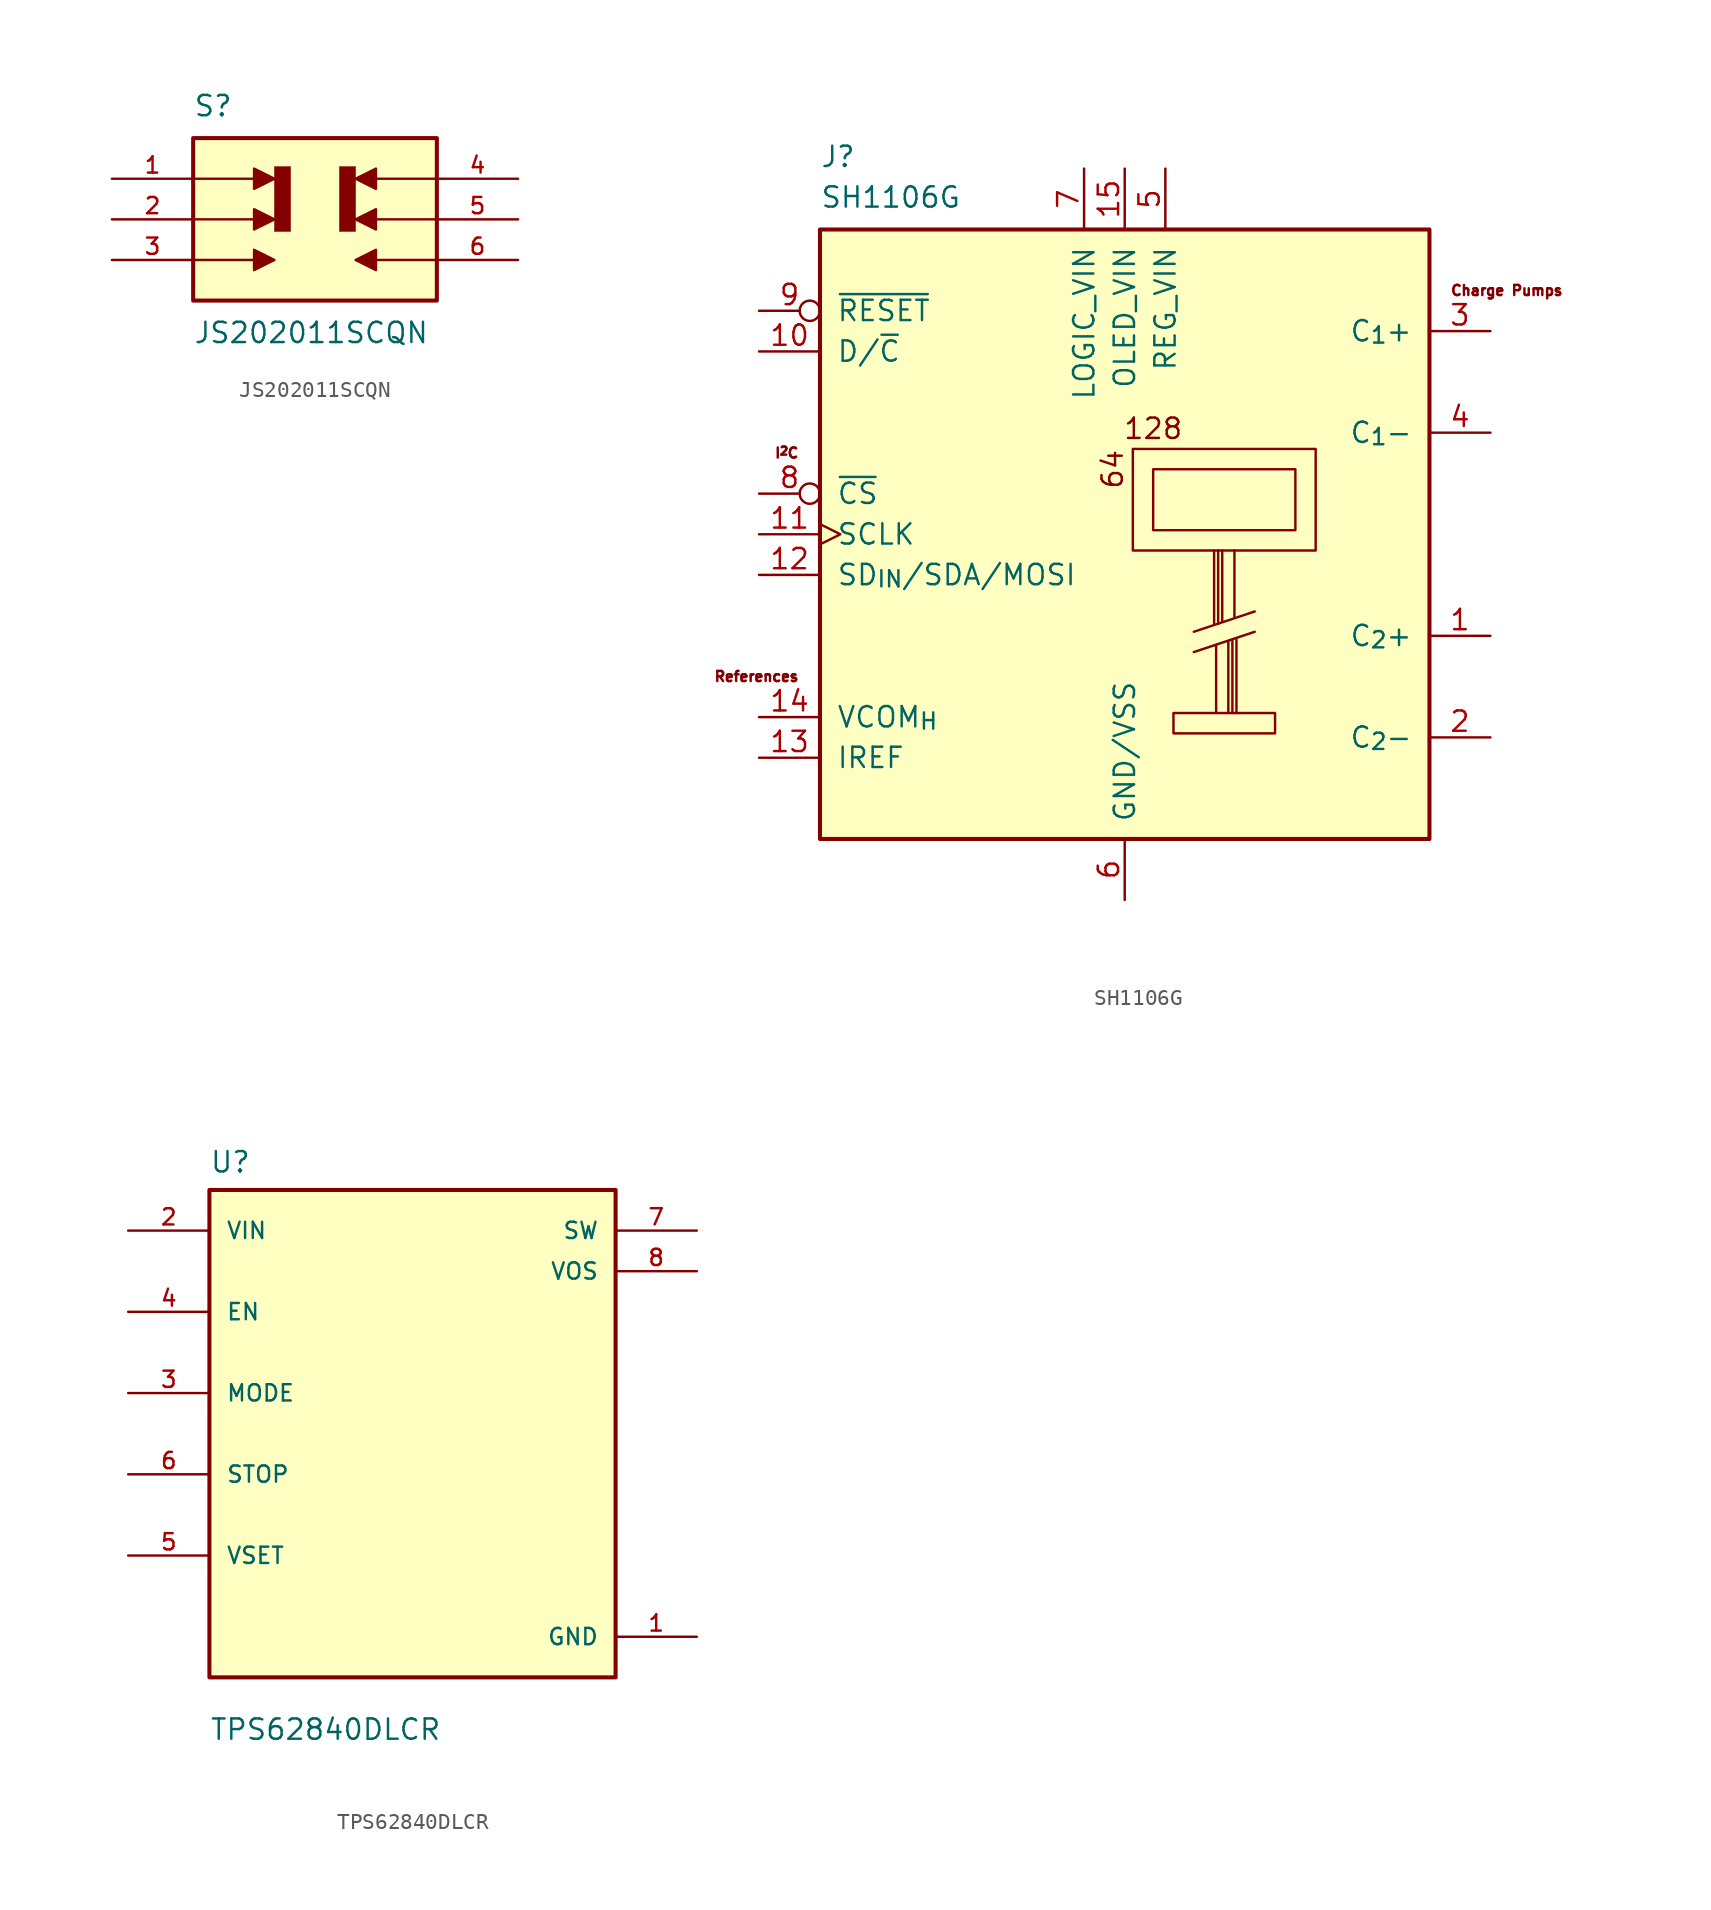
<source format=kicad_sym>
(kicad_symbol_lib
  (version 20231120)
  (generator "kicad_symbol_editor")
  (generator_version "8.0")
  (symbol "JS202011SCQN"
    (pin_names
      (offset 1.016))
    (property "Reference" "S"
      (at -7.62 6.35 0)
      (effects (font (size 1.27 1.27)) (justify left bottom)))
    (property "Value" "JS202011SCQN"
      (at -7.62 -6.35 0)
      (effects (font (size 1.27 1.27)) (justify left top)))
    (symbol "JS202011SCQN_0_0"
      (rectangle (start -7.62 -5.08) (end 7.62 5.08) (stroke (width 0.254) (type default)) (fill (type background)))
      (polyline (pts (xy -7.62 -2.54) (xy -3.81 -2.54)) (stroke (width 0.152) (type default)) (fill (type none)))
      (polyline (pts (xy -7.62 0) (xy -3.81 0)) (stroke (width 0.152) (type default)) (fill (type none)))
      (polyline (pts (xy -7.62 2.54) (xy -3.81 2.54)) (stroke (width 0.152) (type default)) (fill (type none)))
      (polyline (pts (xy 7.62 -2.54) (xy 3.81 -2.54)) (stroke (width 0.152) (type default)) (fill (type none)))
      (polyline (pts (xy 7.62 0) (xy 3.81 0)) (stroke (width 0.152) (type default)) (fill (type none)))
      (polyline (pts (xy 7.62 2.54) (xy 3.81 2.54)) (stroke (width 0.152) (type default)) (fill (type none)))
      (polyline (pts (xy -3.81 -1.905) (xy -3.81 -3.175) (xy -2.54 -2.54) (xy -3.81 -1.905)) (stroke (width 0.152) (type default)) (fill (type outline)))
      (polyline (pts (xy -3.81 0.635) (xy -3.81 -0.635) (xy -2.54 0) (xy -3.81 0.635)) (stroke (width 0.152) (type default)) (fill (type outline)))
      (polyline (pts (xy -3.81 3.175) (xy -3.81 1.905) (xy -2.54 2.54) (xy -3.81 3.175)) (stroke (width 0.152) (type default)) (fill (type outline)))
      (polyline (pts (xy 3.81 -3.175) (xy 3.81 -1.905) (xy 2.54 -2.54) (xy 3.81 -3.175)) (stroke (width 0.152) (type default)) (fill (type outline)))
      (polyline (pts (xy 3.81 -0.635) (xy 3.81 0.635) (xy 2.54 0) (xy 3.81 -0.635)) (stroke (width 0.152) (type default)) (fill (type outline)))
      (polyline (pts (xy 3.81 1.905) (xy 3.81 3.175) (xy 2.54 2.54) (xy 3.81 1.905)) (stroke (width 0.152) (type default)) (fill (type outline)))
      (polyline (pts (xy -2.54 3.302) (xy -2.54 -0.762) (xy -1.524 -0.762) (xy -1.524 3.302) (xy -2.54 3.302)) (stroke (width 0.025) (type default)) (fill (type outline)))
      (polyline (pts (xy 1.524 3.302) (xy 1.524 -0.762) (xy 2.54 -0.762) (xy 2.54 3.302) (xy 1.524 3.302)) (stroke (width 0.025) (type default)) (fill (type outline)))
      (pin passive line (at -12.7 2.54 0) (length 5.08) (name "~" (effects (font (size 1.016 1.016)))) (number "1" (effects (font (size 1.016 1.016)))))
      (pin passive line (at -12.7 0 0) (length 5.08) (name "~" (effects (font (size 1.016 1.016)))) (number "2" (effects (font (size 1.016 1.016)))))
      (pin passive line (at -12.7 -2.54 0) (length 5.08) (name "~" (effects (font (size 1.016 1.016)))) (number "3" (effects (font (size 1.016 1.016)))))
      (pin passive line (at 12.7 2.54 180) (length 5.08) (name "~" (effects (font (size 1.016 1.016)))) (number "4" (effects (font (size 1.016 1.016)))))
      (pin passive line (at 12.7 0 180) (length 5.08) (name "~" (effects (font (size 1.016 1.016)))) (number "5" (effects (font (size 1.016 1.016)))))
      (pin passive line (at 12.7 -2.54 180) (length 5.08) (name "~" (effects (font (size 1.016 1.016)))) (number "6" (effects (font (size 1.016 1.016)))))))
  (symbol "SH1106G"
    (pin_names
      (offset 1.016))
    (property "Reference" "J"
      (at 0 3.81 0)
      (effects (font (size 1.27 1.27)) (justify left bottom)))
    (property "Value" "SH1106G"
      (at 0 1.27 0)
      (effects (font (size 1.27 1.27)) (justify left bottom)))
    (symbol "SH1106G_0_0"
      (polyline (pts (xy 23.368 -26.416) (xy 27.178 -25.146)) (stroke (width 0) (type default)) (fill (type none)))
      (polyline (pts (xy 23.368 -25.146) (xy 27.178 -23.876)) (stroke (width 0) (type default)) (fill (type none)))
      (polyline (pts (xy 24.638 -24.638) (xy 24.638 -20.066)) (stroke (width 0) (type default)) (fill (type none)))
      (polyline (pts (xy 24.765 -26.035) (xy 24.765 -30.226)) (stroke (width 0) (type default)) (fill (type none)))
      (polyline (pts (xy 24.892 -24.638) (xy 24.892 -20.066)) (stroke (width 0) (type default)) (fill (type none)))
      (polyline (pts (xy 25.146 -24.511) (xy 25.146 -20.066)) (stroke (width 0) (type default)) (fill (type none)))
      (polyline (pts (xy 25.527 -25.781) (xy 25.527 -30.226)) (stroke (width 0) (type default)) (fill (type none)))
      (polyline (pts (xy 25.781 -25.654) (xy 25.781 -30.226)) (stroke (width 0) (type default)) (fill (type none)))
      (polyline (pts (xy 25.908 -24.257) (xy 25.908 -20.066)) (stroke (width 0) (type default)) (fill (type none)))
      (polyline (pts (xy 26.035 -25.654) (xy 26.035 -30.226)) (stroke (width 0) (type default)) (fill (type none)))
      (rectangle (start 0 0) (end 38.1 -38.1) (stroke (width 0.254) (type default)) (fill (type background)))
      (rectangle (start 19.558 -13.716) (end 30.988 -20.066) (stroke (width 0) (type default)) (fill (type none)))
      (rectangle (start 20.828 -18.796) (end 29.718 -14.986) (stroke (width 0) (type default)) (fill (type none)))
      (rectangle (start 22.098 -30.226) (end 28.448 -31.496) (stroke (width 0) (type default)) (fill (type none)))
      (text "128" (at 20.828 -12.446 0) (effects (font (size 1.27 1.27))))
      (text "64" (at 18.288 -14.986 900) (effects (font (size 1.27 1.27))))
      (text "Charge Pumps" (at 39.37 -3.81 0) (effects (font (size 0.635 0.635)) (justify left)))
      (text "I^{2}C" (at -1.27 -13.97 0) (effects (font (size 0.635 0.635)) (justify right)))
      (text "References" (at -1.27 -27.94 0) (effects (font (size 0.635 0.635)) (justify right)))
      (pin input line (at 41.91 -25.4 180) (length 3.81) (name "C_{2}+" (effects (font (size 1.27 1.27)))) (number "1" (effects (font (size 1.27 1.27)))))
      (pin passive line (at -3.81 -7.62 0) (length 3.81) (name "D/~{C}" (effects (font (size 1.27 1.27)))) (number "10" (effects (font (size 1.27 1.27)))))
      (pin input clock (at -3.81 -19.05 0) (length 3.81) (name "SCLK" (effects (font (size 1.27 1.27)))) (number "11" (effects (font (size 1.27 1.27)))))
      (pin bidirectional line (at -3.81 -21.59 0) (length 3.81) (name "SD_{IN}/SDA/MOSI" (effects (font (size 1.27 1.27)))) (number "12" (effects (font (size 1.27 1.27)))))
      (pin input line (at -3.81 -33.02 0) (length 3.81) (name "IREF" (effects (font (size 1.27 1.27)))) (number "13" (effects (font (size 1.27 1.27)))))
      (pin output line (at -3.81 -30.48 0) (length 3.81) (name "VCOM_{H}" (effects (font (size 1.27 1.27)))) (number "14" (effects (font (size 1.27 1.27)))))
      (pin power_in line (at 19.05 3.81 270) (length 3.81) (name "OLED_VIN" (effects (font (size 1.27 1.27)))) (number "15" (effects (font (size 1.27 1.27)))))
      (pin power_in line (at 19.05 -41.91 90) (length 3.81) hide (name "GND/VSS" (effects (font (size 1.27 1.27)))) (number "16" (effects (font (size 1.27 1.27)))))
      (pin input line (at 41.91 -31.75 180) (length 3.81) (name "C_{2}-" (effects (font (size 1.27 1.27)))) (number "2" (effects (font (size 1.27 1.27)))))
      (pin input line (at 41.91 -6.35 180) (length 3.81) (name "C_{1}+" (effects (font (size 1.27 1.27)))) (number "3" (effects (font (size 1.27 1.27)))))
      (pin input line (at 41.91 -12.7 180) (length 3.81) (name "C_{1}-" (effects (font (size 1.27 1.27)))) (number "4" (effects (font (size 1.27 1.27)))))
      (pin power_in line (at 21.59 3.81 270) (length 3.81) (name "REG_VIN" (effects (font (size 1.27 1.27)))) (number "5" (effects (font (size 1.27 1.27)))))
      (pin power_in line (at 19.05 -41.91 90) (length 3.81) (name "GND/VSS" (effects (font (size 1.27 1.27)))) (number "6" (effects (font (size 1.27 1.27)))))
      (pin power_in line (at 16.51 3.81 270) (length 3.81) (name "LOGIC_VIN" (effects (font (size 1.27 1.27)))) (number "7" (effects (font (size 1.27 1.27)))))
      (pin input inverted (at -3.81 -16.51 0) (length 3.81) (name "~{CS}" (effects (font (size 1.27 1.27)))) (number "8" (effects (font (size 1.27 1.27)))))
      (pin input inverted (at -3.81 -5.08 0) (length 3.81) (name "~{RESET}" (effects (font (size 1.27 1.27)))) (number "9" (effects (font (size 1.27 1.27)))))))
  (symbol "TPS62840DLCR"
    (pin_names
      (offset 1.016))
    (property "Reference" "U"
      (at -12.7 16.24 0)
      (effects (font (size 1.27 1.27)) (justify left bottom)))
    (property "Value" "TPS62840DLCR"
      (at -12.7 -19.24 0)
      (effects (font (size 1.27 1.27)) (justify left bottom)))
    (symbol "TPS62840DLCR_0_0"
      (rectangle (start -12.7 -15.24) (end 12.7 15.24) (stroke (width 0.254) (type default)) (fill (type background)))
      (pin power_in line (at 17.78 -12.7 180) (length 5.08) (name "GND" (effects (font (size 1.016 1.016)))) (number "1" (effects (font (size 1.016 1.016)))))
      (pin power_in line (at -17.78 12.7 0) (length 5.08) (name "VIN" (effects (font (size 1.016 1.016)))) (number "2" (effects (font (size 1.016 1.016)))))
      (pin input line (at -17.78 2.54 0) (length 5.08) (name "MODE" (effects (font (size 1.016 1.016)))) (number "3" (effects (font (size 1.016 1.016)))))
      (pin input line (at -17.78 7.62 0) (length 5.08) (name "EN" (effects (font (size 1.016 1.016)))) (number "4" (effects (font (size 1.016 1.016)))))
      (pin input line (at -17.78 -7.62 0) (length 5.08) (name "VSET" (effects (font (size 1.016 1.016)))) (number "5" (effects (font (size 1.016 1.016)))))
      (pin input line (at -17.78 -2.54 0) (length 5.08) (name "STOP" (effects (font (size 1.016 1.016)))) (number "6" (effects (font (size 1.016 1.016)))))
      (pin power_in line (at 17.78 12.7 180) (length 5.08) (name "SW" (effects (font (size 1.016 1.016)))) (number "7" (effects (font (size 1.016 1.016)))))
      (pin input line (at 17.78 10.16 180) (length 5.08) (name "VOS" (effects (font (size 1.016 1.016)))) (number "8" (effects (font (size 1.016 1.016))))))))
</source>
